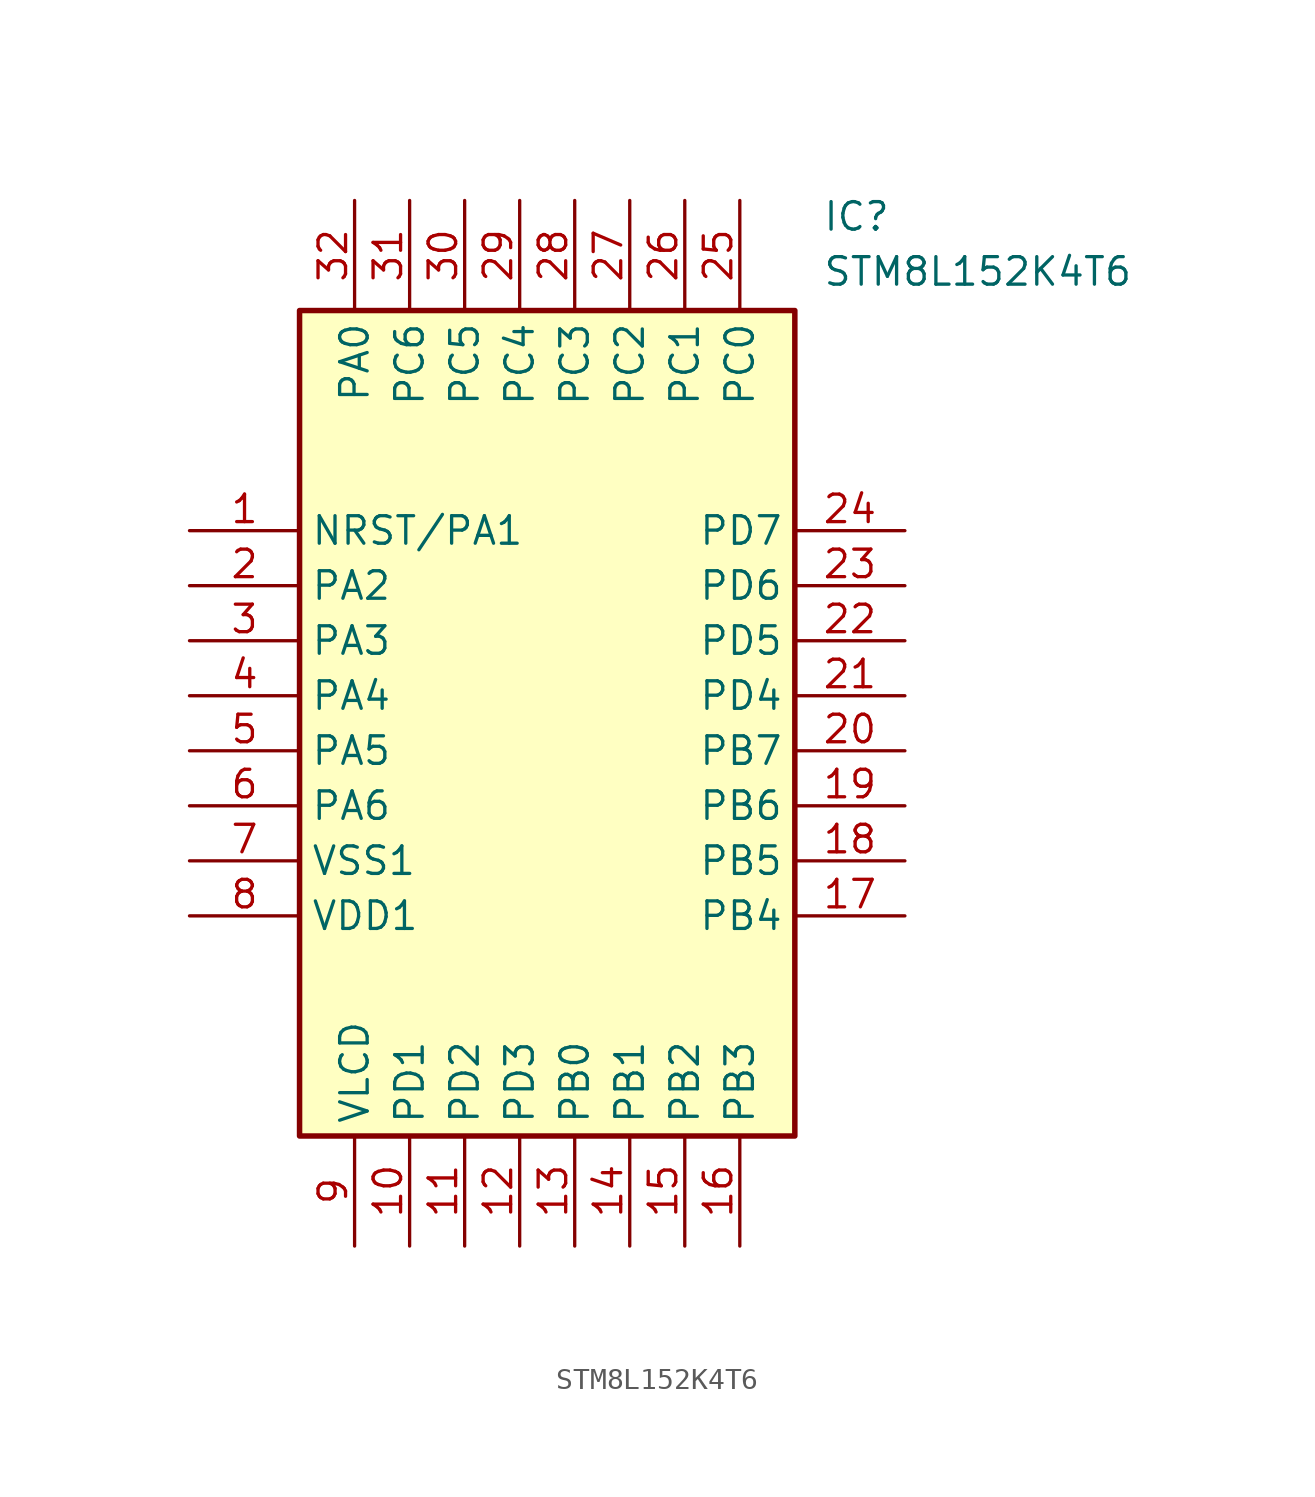
<source format=kicad_sym>
(kicad_symbol_lib
  (version 20211014)
  (generator SamacSys_ECAD_Model)
  (symbol "STM8L152K4T6"
    (property "Reference" "IC"
      (at 29.21 15.24 0)
      (effects (font (size 1.27 1.27)) (justify left top)))
    (property "Value" "STM8L152K4T6"
      (at 29.21 12.7 0)
      (effects (font (size 1.27 1.27)) (justify left top)))
    (rectangle
      (start 5.08 10.16)
      (end 27.94 -27.94)
      (stroke (width 0.254) (type default))
      (fill (type background)))
    (pin passive line
      (at 0 0 0)
      (length 5.08)
      (name "NRST/PA1" (effects (font (size 1.27 1.27))))
      (number "1" (effects (font (size 1.27 1.27)))))
    (pin passive line
      (at 0 -2.54 0)
      (length 5.08)
      (name "PA2" (effects (font (size 1.27 1.27))))
      (number "2" (effects (font (size 1.27 1.27)))))
    (pin passive line
      (at 0 -5.08 0)
      (length 5.08)
      (name "PA3" (effects (font (size 1.27 1.27))))
      (number "3" (effects (font (size 1.27 1.27)))))
    (pin passive line
      (at 0 -7.62 0)
      (length 5.08)
      (name "PA4" (effects (font (size 1.27 1.27))))
      (number "4" (effects (font (size 1.27 1.27)))))
    (pin passive line
      (at 0 -10.16 0)
      (length 5.08)
      (name "PA5" (effects (font (size 1.27 1.27))))
      (number "5" (effects (font (size 1.27 1.27)))))
    (pin passive line
      (at 0 -12.7 0)
      (length 5.08)
      (name "PA6" (effects (font (size 1.27 1.27))))
      (number "6" (effects (font (size 1.27 1.27)))))
    (pin passive line
      (at 0 -15.24 0)
      (length 5.08)
      (name "VSS1" (effects (font (size 1.27 1.27))))
      (number "7" (effects (font (size 1.27 1.27)))))
    (pin passive line
      (at 0 -17.78 0)
      (length 5.08)
      (name "VDD1" (effects (font (size 1.27 1.27))))
      (number "8" (effects (font (size 1.27 1.27)))))
    (pin passive line
      (at 7.62 -33.02 90)
      (length 5.08)
      (name "VLCD" (effects (font (size 1.27 1.27))))
      (number "9" (effects (font (size 1.27 1.27)))))
    (pin passive line
      (at 10.16 -33.02 90)
      (length 5.08)
      (name "PD1" (effects (font (size 1.27 1.27))))
      (number "10" (effects (font (size 1.27 1.27)))))
    (pin passive line
      (at 12.7 -33.02 90)
      (length 5.08)
      (name "PD2" (effects (font (size 1.27 1.27))))
      (number "11" (effects (font (size 1.27 1.27)))))
    (pin passive line
      (at 15.24 -33.02 90)
      (length 5.08)
      (name "PD3" (effects (font (size 1.27 1.27))))
      (number "12" (effects (font (size 1.27 1.27)))))
    (pin passive line
      (at 17.78 -33.02 90)
      (length 5.08)
      (name "PB0" (effects (font (size 1.27 1.27))))
      (number "13" (effects (font (size 1.27 1.27)))))
    (pin passive line
      (at 20.32 -33.02 90)
      (length 5.08)
      (name "PB1" (effects (font (size 1.27 1.27))))
      (number "14" (effects (font (size 1.27 1.27)))))
    (pin passive line
      (at 22.86 -33.02 90)
      (length 5.08)
      (name "PB2" (effects (font (size 1.27 1.27))))
      (number "15" (effects (font (size 1.27 1.27)))))
    (pin passive line
      (at 25.4 -33.02 90)
      (length 5.08)
      (name "PB3" (effects (font (size 1.27 1.27))))
      (number "16" (effects (font (size 1.27 1.27)))))
    (pin passive line
      (at 33.02 0 180)
      (length 5.08)
      (name "PD7" (effects (font (size 1.27 1.27))))
      (number "24" (effects (font (size 1.27 1.27)))))
    (pin passive line
      (at 33.02 -2.54 180)
      (length 5.08)
      (name "PD6" (effects (font (size 1.27 1.27))))
      (number "23" (effects (font (size 1.27 1.27)))))
    (pin passive line
      (at 33.02 -5.08 180)
      (length 5.08)
      (name "PD5" (effects (font (size 1.27 1.27))))
      (number "22" (effects (font (size 1.27 1.27)))))
    (pin passive line
      (at 33.02 -7.62 180)
      (length 5.08)
      (name "PD4" (effects (font (size 1.27 1.27))))
      (number "21" (effects (font (size 1.27 1.27)))))
    (pin passive line
      (at 33.02 -10.16 180)
      (length 5.08)
      (name "PB7" (effects (font (size 1.27 1.27))))
      (number "20" (effects (font (size 1.27 1.27)))))
    (pin passive line
      (at 33.02 -12.7 180)
      (length 5.08)
      (name "PB6" (effects (font (size 1.27 1.27))))
      (number "19" (effects (font (size 1.27 1.27)))))
    (pin passive line
      (at 33.02 -15.24 180)
      (length 5.08)
      (name "PB5" (effects (font (size 1.27 1.27))))
      (number "18" (effects (font (size 1.27 1.27)))))
    (pin passive line
      (at 33.02 -17.78 180)
      (length 5.08)
      (name "PB4" (effects (font (size 1.27 1.27))))
      (number "17" (effects (font (size 1.27 1.27)))))
    (pin passive line
      (at 7.62 15.24 270)
      (length 5.08)
      (name "PA0" (effects (font (size 1.27 1.27))))
      (number "32" (effects (font (size 1.27 1.27)))))
    (pin passive line
      (at 10.16 15.24 270)
      (length 5.08)
      (name "PC6" (effects (font (size 1.27 1.27))))
      (number "31" (effects (font (size 1.27 1.27)))))
    (pin passive line
      (at 12.7 15.24 270)
      (length 5.08)
      (name "PC5" (effects (font (size 1.27 1.27))))
      (number "30" (effects (font (size 1.27 1.27)))))
    (pin passive line
      (at 15.24 15.24 270)
      (length 5.08)
      (name "PC4" (effects (font (size 1.27 1.27))))
      (number "29" (effects (font (size 1.27 1.27)))))
    (pin passive line
      (at 17.78 15.24 270)
      (length 5.08)
      (name "PC3" (effects (font (size 1.27 1.27))))
      (number "28" (effects (font (size 1.27 1.27)))))
    (pin passive line
      (at 20.32 15.24 270)
      (length 5.08)
      (name "PC2" (effects (font (size 1.27 1.27))))
      (number "27" (effects (font (size 1.27 1.27)))))
    (pin passive line
      (at 22.86 15.24 270)
      (length 5.08)
      (name "PC1" (effects (font (size 1.27 1.27))))
      (number "26" (effects (font (size 1.27 1.27)))))
    (pin passive line
      (at 25.4 15.24 270)
      (length 5.08)
      (name "PC0" (effects (font (size 1.27 1.27))))
      (number "25" (effects (font (size 1.27 1.27)))))))
</source>
